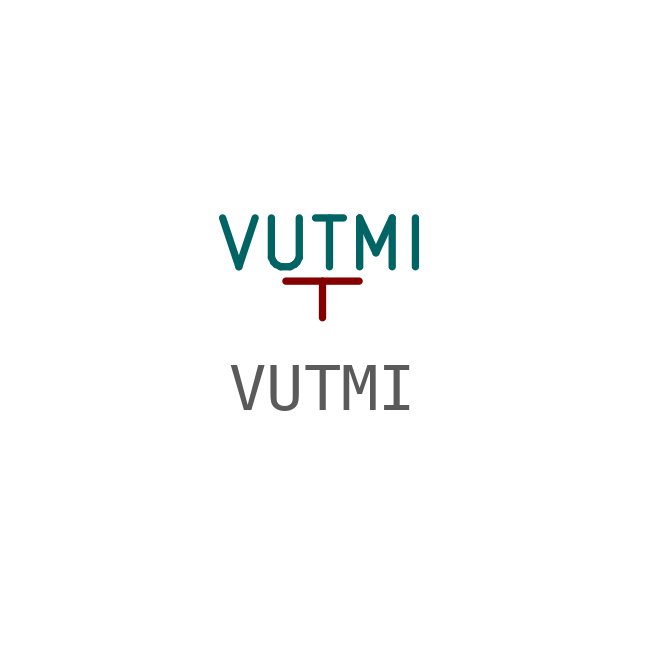
<source format=kicad_sym>
(kicad_symbol_lib
  (version 20211014)
  (generator kicad_symbol_editor)
  (symbol "VUTMI"
    (power)
    (pin_numbers hide)
    (pin_names
      (offset 0) hide)
    (property "Reference" "#PWR"
      (at 0.254 0 0)
      (effects (font (size 0.508 0.508)) hide))
    (property "Value" "VUTMI"
      (at 0 1.524 0)
      (effects (font (size 1.016 1.016))))
    (symbol "VUTMI_0_1"
      (polyline (pts (xy -0.762 0.762) (xy 0.762 0.762)) (stroke (width 0) (type default) (color 0 0 0 0)) (fill (type none)))
      (polyline (pts (xy 0 0) (xy 0 0.762)) (stroke (width 0) (type default) (color 0 0 0 0)) (fill (type none))))
    (symbol "VUTMI_1_1"
      (pin power_in line (at 0 0 90) (length 0) hide (name "VUTMI" (effects (font (size 1.27 1.27)))) (number "1" (effects (font (size 1.27 1.27))))))))
</source>
